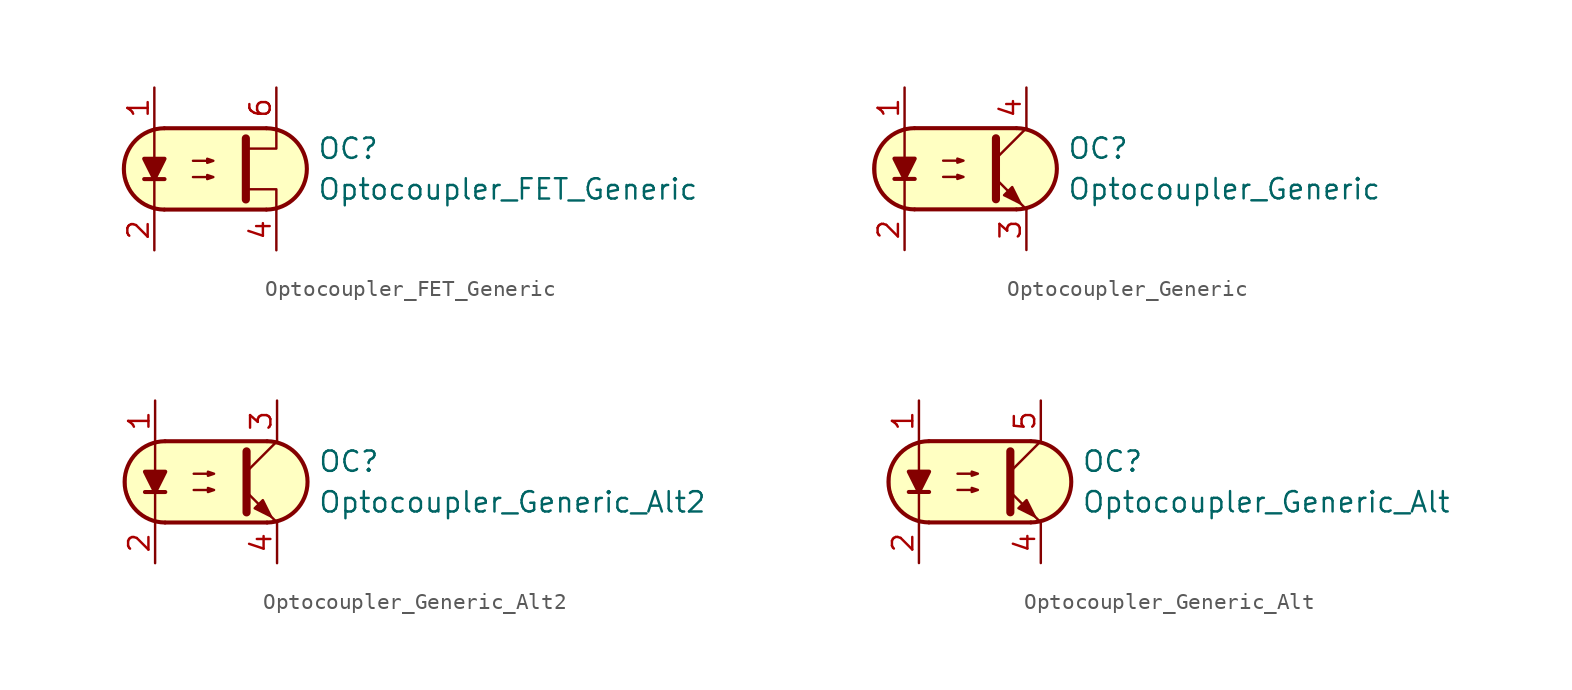
<source format=kicad_sym>
(kicad_symbol_lib
  (version 20211014)
  (generator kicad_symbol_editor)
  (symbol "Optocoupler_AKL:Optocoupler_FET_Generic"
    (pin_names
      (offset 1.016))
    (property "Reference" "OC"
      (at 6.35 1.27 0)
      (effects (font (size 1.27 1.27)) (justify left)))
    (property "Value" "Optocoupler_FET_Generic"
      (at 6.35 -1.27 0)
      (effects (font (size 1.27 1.27)) (justify left)))
    (symbol "Optocoupler_FET_Generic_0_1"
      (arc (start -3.1975 2.54) (mid -5.7151 0) (end -3.1975 -2.54) (stroke (width 0.254) (type default) (color 0 0 0 0)) (fill (type none)))
      (polyline (pts (xy -4.445 -0.635) (xy -3.175 -0.635)) (stroke (width 0.254) (type default) (color 0 0 0 0)) (fill (type none)))
      (polyline (pts (xy -3.175 2.54) (xy 3.175 2.54)) (stroke (width 0.254) (type default) (color 0 0 0 0)) (fill (type none)))
      (polyline (pts (xy 3.175 -2.54) (xy -3.175 -2.54)) (stroke (width 0.254) (type default) (color 0 0 0 0)) (fill (type none)))
      (polyline (pts (xy -3.81 -2.54) (xy -3.81 -1.27) (xy -3.81 2.54)) (stroke (width 0.152) (type default) (color 0 0 0 0)) (fill (type none)))
      (polyline (pts (xy 1.905 -1.27) (xy 3.81 -1.27) (xy 3.81 -2.54)) (stroke (width 0.152) (type default) (color 0 0 0 0)) (fill (type none)))
      (polyline (pts (xy 1.905 1.27) (xy 3.81 1.27) (xy 3.81 2.54)) (stroke (width 0.152) (type default) (color 0 0 0 0)) (fill (type none)))
      (polyline (pts (xy 1.905 1.905) (xy 1.905 -1.905) (xy 1.905 -1.905)) (stroke (width 0.508) (type default) (color 0 0 0 0)) (fill (type none)))
      (polyline (pts (xy -3.81 -0.635) (xy -4.445 0.635) (xy -3.175 0.635) (xy -3.81 -0.635)) (stroke (width 0.254) (type default) (color 0 0 0 0)) (fill (type outline)))
      (polyline (pts (xy -1.397 -0.508) (xy -0.127 -0.508) (xy -0.508 -0.635) (xy -0.508 -0.381) (xy -0.127 -0.508)) (stroke (width 0) (type default) (color 0 0 0 0)) (fill (type none)))
      (polyline (pts (xy -1.397 0.508) (xy -0.127 0.508) (xy -0.508 0.381) (xy -0.508 0.635) (xy -0.127 0.508)) (stroke (width 0) (type default) (color 0 0 0 0)) (fill (type none)))
      (polyline (pts (xy -2.54 2.54) (xy 3.429 2.54) (xy 4.318 2.286) (xy 4.699 2.032) (xy 5.08 1.651) (xy 5.461 1.016) (xy 5.715 0.381) (xy 5.715 -0.381) (xy 5.461 -1.143) (xy 4.826 -1.905) (xy 4.191 -2.286) (xy 3.302 -2.54) (xy -3.81 -2.54) (xy -3.81 -2.54) (xy -4.572 -2.032) (xy -5.08 -1.778) (xy -5.588 -0.508) (xy -5.588 0.254) (xy -5.588 1.016) (xy -5.08 1.778) (xy -4.318 2.286) (xy -3.556 2.54) (xy -2.54 2.54)) (stroke (width 0.01) (type default) (color 0 0 0 0)) (fill (type background)))
      (arc (start 3.1975 -2.54) (mid 5.7151 0) (end 3.1975 2.54) (stroke (width 0.254) (type default) (color 0 0 0 0)) (fill (type none))))
    (symbol "Optocoupler_FET_Generic_1_1"
      (pin passive line (at -3.81 5.08 270) (length 2.54) (name "~" (effects (font (size 1.27 1.27)))) (number "1" (effects (font (size 1.27 1.27)))))
      (pin passive line (at -3.81 -5.08 90) (length 2.54) (name "~" (effects (font (size 1.27 1.27)))) (number "2" (effects (font (size 1.27 1.27)))))
      (pin passive line (at 3.81 -5.08 90) (length 2.54) (name "~" (effects (font (size 1.27 1.27)))) (number "4" (effects (font (size 1.27 1.27)))))
      (pin passive line (at 3.81 5.08 270) (length 2.54) (name "~" (effects (font (size 1.27 1.27)))) (number "6" (effects (font (size 1.27 1.27)))))))
  (symbol "Optocoupler_AKL:Optocoupler_Generic"
    (pin_names
      (offset 1.016))
    (property "Reference" "OC"
      (at 6.35 1.27 0)
      (effects (font (size 1.27 1.27)) (justify left)))
    (property "Value" "Optocoupler_Generic"
      (at 6.35 -1.27 0)
      (effects (font (size 1.27 1.27)) (justify left)))
    (symbol "Optocoupler_Generic_0_1"
      (arc (start -3.1975 2.54) (mid -5.7151 0) (end -3.1975 -2.54) (stroke (width 0.254) (type default) (color 0 0 0 0)) (fill (type none)))
      (polyline (pts (xy -4.445 -0.635) (xy -3.175 -0.635)) (stroke (width 0.254) (type default) (color 0 0 0 0)) (fill (type none)))
      (polyline (pts (xy -3.175 2.54) (xy 3.175 2.54)) (stroke (width 0.254) (type default) (color 0 0 0 0)) (fill (type none)))
      (polyline (pts (xy 1.905 0.635) (xy 3.81 2.54)) (stroke (width 0) (type default) (color 0 0 0 0)) (fill (type none)))
      (polyline (pts (xy 3.175 -2.54) (xy -3.175 -2.54)) (stroke (width 0.254) (type default) (color 0 0 0 0)) (fill (type none)))
      (polyline (pts (xy 3.81 -2.54) (xy 1.905 -0.635)) (stroke (width 0) (type default) (color 0 0 0 0)) (fill (type outline)))
      (polyline (pts (xy -3.81 -2.54) (xy -3.81 -1.27) (xy -3.81 2.54)) (stroke (width 0.152) (type default) (color 0 0 0 0)) (fill (type none)))
      (polyline (pts (xy 1.905 1.905) (xy 1.905 -1.905) (xy 1.905 -1.905)) (stroke (width 0.508) (type default) (color 0 0 0 0)) (fill (type none)))
      (polyline (pts (xy -3.81 -0.635) (xy -4.445 0.635) (xy -3.175 0.635) (xy -3.81 -0.635)) (stroke (width 0.254) (type default) (color 0 0 0 0)) (fill (type outline)))
      (polyline (pts (xy -1.397 -0.508) (xy -0.127 -0.508) (xy -0.508 -0.635) (xy -0.508 -0.381) (xy -0.127 -0.508)) (stroke (width 0) (type default) (color 0 0 0 0)) (fill (type none)))
      (polyline (pts (xy -1.397 0.508) (xy -0.127 0.508) (xy -0.508 0.381) (xy -0.508 0.635) (xy -0.127 0.508)) (stroke (width 0) (type default) (color 0 0 0 0)) (fill (type none)))
      (polyline (pts (xy 2.413 -1.651) (xy 2.921 -1.143) (xy 3.429 -2.159) (xy 2.413 -1.651) (xy 2.413 -1.651)) (stroke (width 0) (type default) (color 0 0 0 0)) (fill (type outline)))
      (polyline (pts (xy -2.54 2.54) (xy 3.429 2.54) (xy 4.318 2.286) (xy 4.699 2.032) (xy 5.08 1.651) (xy 5.461 1.016) (xy 5.715 0.381) (xy 5.715 -0.381) (xy 5.461 -1.143) (xy 4.826 -1.905) (xy 4.191 -2.286) (xy 3.302 -2.54) (xy -3.81 -2.54) (xy -3.81 -2.54) (xy -4.572 -2.032) (xy -5.08 -1.778) (xy -5.588 -0.508) (xy -5.588 0.254) (xy -5.588 1.016) (xy -5.08 1.778) (xy -4.318 2.286) (xy -3.556 2.54) (xy -2.54 2.54)) (stroke (width 0.01) (type default) (color 0 0 0 0)) (fill (type background)))
      (arc (start 3.1975 -2.54) (mid 5.7151 0) (end 3.1975 2.54) (stroke (width 0.254) (type default) (color 0 0 0 0)) (fill (type none))))
    (symbol "Optocoupler_Generic_1_1"
      (pin passive line (at -3.81 5.08 270) (length 2.54) (name "~" (effects (font (size 1.27 1.27)))) (number "1" (effects (font (size 1.27 1.27)))))
      (pin passive line (at -3.81 -5.08 90) (length 2.54) (name "~" (effects (font (size 1.27 1.27)))) (number "2" (effects (font (size 1.27 1.27)))))
      (pin passive line (at 3.81 -5.08 90) (length 2.54) (name "~" (effects (font (size 1.27 1.27)))) (number "3" (effects (font (size 1.27 1.27)))))
      (pin passive line (at 3.81 5.08 270) (length 2.54) (name "~" (effects (font (size 1.27 1.27)))) (number "4" (effects (font (size 1.27 1.27)))))))
  (symbol "Optocoupler_AKL:Optocoupler_Generic_Alt2"
    (pin_names
      (offset 1.016))
    (property "Reference" "OC"
      (at 6.35 1.27 0)
      (effects (font (size 1.27 1.27)) (justify left)))
    (property "Value" "Optocoupler_Generic_Alt2"
      (at 6.35 -1.27 0)
      (effects (font (size 1.27 1.27)) (justify left)))
    (symbol "Optocoupler_Generic_Alt2_0_1"
      (arc (start -3.1975 2.54) (mid -5.7151 0) (end -3.1975 -2.54) (stroke (width 0.254) (type default) (color 0 0 0 0)) (fill (type none)))
      (polyline (pts (xy -4.445 -0.635) (xy -3.175 -0.635)) (stroke (width 0.254) (type default) (color 0 0 0 0)) (fill (type none)))
      (polyline (pts (xy -3.175 2.54) (xy 3.175 2.54)) (stroke (width 0.254) (type default) (color 0 0 0 0)) (fill (type none)))
      (polyline (pts (xy 1.905 0.635) (xy 3.81 2.54)) (stroke (width 0) (type default) (color 0 0 0 0)) (fill (type none)))
      (polyline (pts (xy 3.175 -2.54) (xy -3.175 -2.54)) (stroke (width 0.254) (type default) (color 0 0 0 0)) (fill (type none)))
      (polyline (pts (xy 3.81 -2.54) (xy 1.905 -0.635)) (stroke (width 0) (type default) (color 0 0 0 0)) (fill (type outline)))
      (polyline (pts (xy -3.81 -2.54) (xy -3.81 -1.27) (xy -3.81 2.54)) (stroke (width 0.152) (type default) (color 0 0 0 0)) (fill (type none)))
      (polyline (pts (xy 1.905 1.905) (xy 1.905 -1.905) (xy 1.905 -1.905)) (stroke (width 0.508) (type default) (color 0 0 0 0)) (fill (type none)))
      (polyline (pts (xy -3.81 -0.635) (xy -4.445 0.635) (xy -3.175 0.635) (xy -3.81 -0.635)) (stroke (width 0.254) (type default) (color 0 0 0 0)) (fill (type outline)))
      (polyline (pts (xy -1.397 -0.508) (xy -0.127 -0.508) (xy -0.508 -0.635) (xy -0.508 -0.381) (xy -0.127 -0.508)) (stroke (width 0) (type default) (color 0 0 0 0)) (fill (type none)))
      (polyline (pts (xy -1.397 0.508) (xy -0.127 0.508) (xy -0.508 0.381) (xy -0.508 0.635) (xy -0.127 0.508)) (stroke (width 0) (type default) (color 0 0 0 0)) (fill (type none)))
      (polyline (pts (xy 2.413 -1.651) (xy 2.921 -1.143) (xy 3.429 -2.159) (xy 2.413 -1.651) (xy 2.413 -1.651)) (stroke (width 0) (type default) (color 0 0 0 0)) (fill (type outline)))
      (polyline (pts (xy -2.54 2.54) (xy 3.429 2.54) (xy 4.318 2.286) (xy 4.699 2.032) (xy 5.08 1.651) (xy 5.461 1.016) (xy 5.715 0.381) (xy 5.715 -0.381) (xy 5.461 -1.143) (xy 4.826 -1.905) (xy 4.191 -2.286) (xy 3.302 -2.54) (xy -3.81 -2.54) (xy -3.81 -2.54) (xy -4.572 -2.032) (xy -5.08 -1.778) (xy -5.588 -0.508) (xy -5.588 0.254) (xy -5.588 1.016) (xy -5.08 1.778) (xy -4.318 2.286) (xy -3.556 2.54) (xy -2.54 2.54)) (stroke (width 0.01) (type default) (color 0 0 0 0)) (fill (type background)))
      (arc (start 3.1975 -2.54) (mid 5.7151 0) (end 3.1975 2.54) (stroke (width 0.254) (type default) (color 0 0 0 0)) (fill (type none))))
    (symbol "Optocoupler_Generic_Alt2_1_1"
      (pin passive line (at -3.81 5.08 270) (length 2.54) (name "~" (effects (font (size 1.27 1.27)))) (number "1" (effects (font (size 1.27 1.27)))))
      (pin passive line (at -3.81 -5.08 90) (length 2.54) (name "~" (effects (font (size 1.27 1.27)))) (number "2" (effects (font (size 1.27 1.27)))))
      (pin passive line (at 3.81 5.08 270) (length 2.54) (name "~" (effects (font (size 1.27 1.27)))) (number "3" (effects (font (size 1.27 1.27)))))
      (pin passive line (at 3.81 -5.08 90) (length 2.54) (name "~" (effects (font (size 1.27 1.27)))) (number "4" (effects (font (size 1.27 1.27)))))))
  (symbol "Optocoupler_AKL:Optocoupler_Generic_Alt"
    (pin_names
      (offset 1.016))
    (property "Reference" "OC"
      (at 6.35 1.27 0)
      (effects (font (size 1.27 1.27)) (justify left)))
    (property "Value" "Optocoupler_Generic_Alt"
      (at 6.35 -1.27 0)
      (effects (font (size 1.27 1.27)) (justify left)))
    (symbol "Optocoupler_Generic_Alt_0_1"
      (arc (start -3.1975 2.54) (mid -5.7151 0) (end -3.1975 -2.54) (stroke (width 0.254) (type default) (color 0 0 0 0)) (fill (type none)))
      (polyline (pts (xy -4.445 -0.635) (xy -3.175 -0.635)) (stroke (width 0.254) (type default) (color 0 0 0 0)) (fill (type none)))
      (polyline (pts (xy -3.175 2.54) (xy 3.175 2.54)) (stroke (width 0.254) (type default) (color 0 0 0 0)) (fill (type none)))
      (polyline (pts (xy 1.905 0.635) (xy 3.81 2.54)) (stroke (width 0) (type default) (color 0 0 0 0)) (fill (type none)))
      (polyline (pts (xy 3.175 -2.54) (xy -3.175 -2.54)) (stroke (width 0.254) (type default) (color 0 0 0 0)) (fill (type none)))
      (polyline (pts (xy 3.81 -2.54) (xy 1.905 -0.635)) (stroke (width 0) (type default) (color 0 0 0 0)) (fill (type outline)))
      (polyline (pts (xy -3.81 -2.54) (xy -3.81 -1.27) (xy -3.81 2.54)) (stroke (width 0.152) (type default) (color 0 0 0 0)) (fill (type none)))
      (polyline (pts (xy 1.905 1.905) (xy 1.905 -1.905) (xy 1.905 -1.905)) (stroke (width 0.508) (type default) (color 0 0 0 0)) (fill (type none)))
      (polyline (pts (xy -3.81 -0.635) (xy -4.445 0.635) (xy -3.175 0.635) (xy -3.81 -0.635)) (stroke (width 0.254) (type default) (color 0 0 0 0)) (fill (type outline)))
      (polyline (pts (xy -1.397 -0.508) (xy -0.127 -0.508) (xy -0.508 -0.635) (xy -0.508 -0.381) (xy -0.127 -0.508)) (stroke (width 0) (type default) (color 0 0 0 0)) (fill (type none)))
      (polyline (pts (xy -1.397 0.508) (xy -0.127 0.508) (xy -0.508 0.381) (xy -0.508 0.635) (xy -0.127 0.508)) (stroke (width 0) (type default) (color 0 0 0 0)) (fill (type none)))
      (polyline (pts (xy 2.413 -1.651) (xy 2.921 -1.143) (xy 3.429 -2.159) (xy 2.413 -1.651) (xy 2.413 -1.651)) (stroke (width 0) (type default) (color 0 0 0 0)) (fill (type outline)))
      (polyline (pts (xy -2.54 2.54) (xy 3.429 2.54) (xy 4.318 2.286) (xy 4.699 2.032) (xy 5.08 1.651) (xy 5.461 1.016) (xy 5.715 0.381) (xy 5.715 -0.381) (xy 5.461 -1.143) (xy 4.826 -1.905) (xy 4.191 -2.286) (xy 3.302 -2.54) (xy -3.81 -2.54) (xy -3.81 -2.54) (xy -4.572 -2.032) (xy -5.08 -1.778) (xy -5.588 -0.508) (xy -5.588 0.254) (xy -5.588 1.016) (xy -5.08 1.778) (xy -4.318 2.286) (xy -3.556 2.54) (xy -2.54 2.54)) (stroke (width 0.01) (type default) (color 0 0 0 0)) (fill (type background)))
      (arc (start 3.1975 -2.54) (mid 5.7151 0) (end 3.1975 2.54) (stroke (width 0.254) (type default) (color 0 0 0 0)) (fill (type none))))
    (symbol "Optocoupler_Generic_Alt_1_1"
      (pin passive line (at -3.81 5.08 270) (length 2.54) (name "~" (effects (font (size 1.27 1.27)))) (number "1" (effects (font (size 1.27 1.27)))))
      (pin passive line (at -3.81 -5.08 90) (length 2.54) (name "~" (effects (font (size 1.27 1.27)))) (number "2" (effects (font (size 1.27 1.27)))))
      (pin passive line (at 3.81 -5.08 90) (length 2.54) (name "~" (effects (font (size 1.27 1.27)))) (number "4" (effects (font (size 1.27 1.27)))))
      (pin passive line (at 3.81 5.08 270) (length 2.54) (name "~" (effects (font (size 1.27 1.27)))) (number "5" (effects (font (size 1.27 1.27))))))))
</source>
